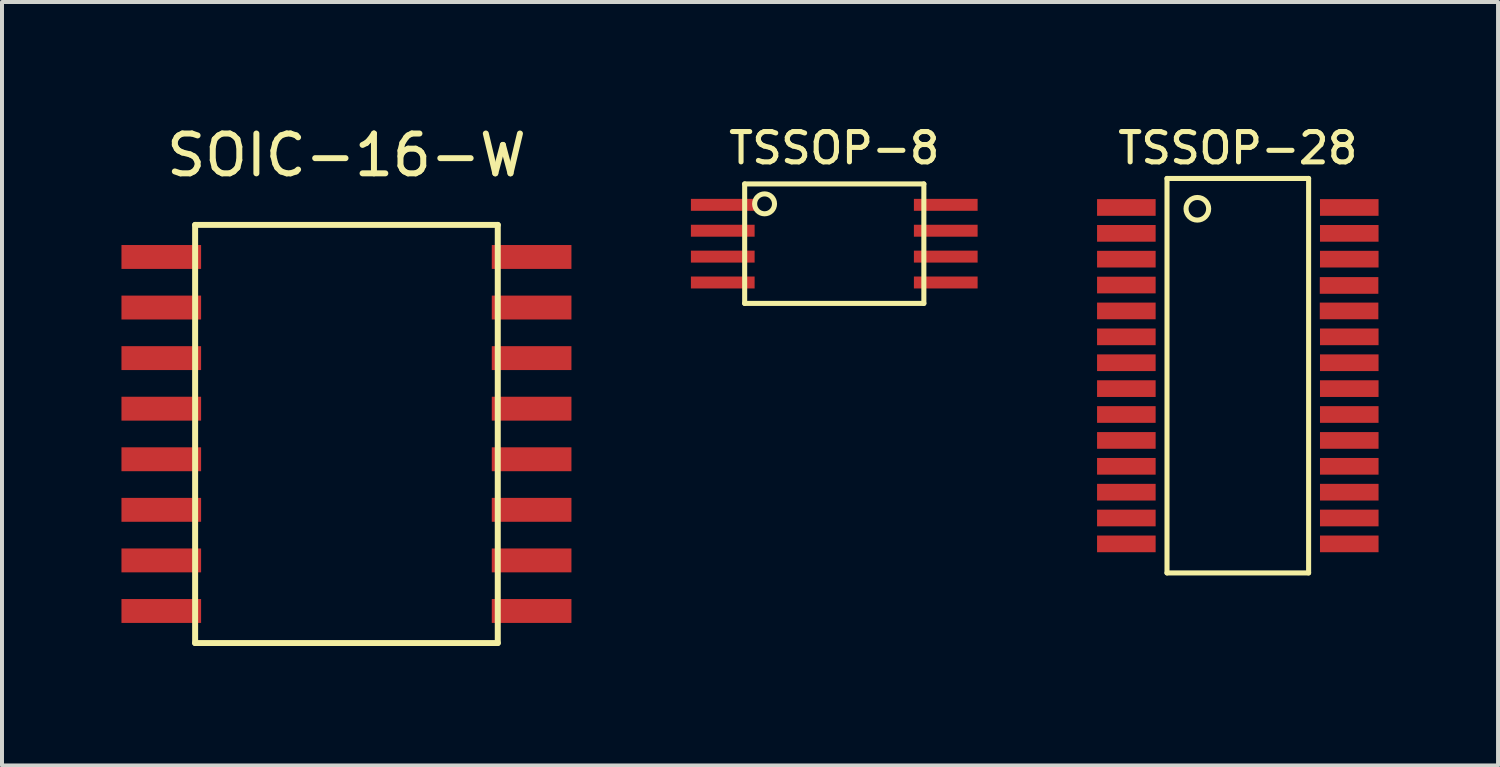
<source format=kicad_pcb>
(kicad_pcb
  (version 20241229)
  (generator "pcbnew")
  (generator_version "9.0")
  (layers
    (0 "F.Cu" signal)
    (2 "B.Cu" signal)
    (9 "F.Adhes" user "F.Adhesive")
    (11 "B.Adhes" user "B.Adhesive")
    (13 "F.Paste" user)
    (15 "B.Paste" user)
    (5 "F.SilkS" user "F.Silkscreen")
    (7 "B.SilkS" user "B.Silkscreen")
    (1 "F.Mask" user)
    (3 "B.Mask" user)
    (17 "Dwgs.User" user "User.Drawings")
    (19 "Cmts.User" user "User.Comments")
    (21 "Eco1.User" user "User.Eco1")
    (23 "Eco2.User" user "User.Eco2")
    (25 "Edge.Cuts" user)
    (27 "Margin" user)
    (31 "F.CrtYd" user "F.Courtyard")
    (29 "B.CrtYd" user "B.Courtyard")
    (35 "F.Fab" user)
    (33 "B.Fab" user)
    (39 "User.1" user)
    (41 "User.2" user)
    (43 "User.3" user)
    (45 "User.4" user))
  (footprint "TSSOP-28"
    (layer "F.Cu")
    (at 28.034 6.384)
    (property "Reference" "TSSOP-28" (at 0 -5.715 0) (layer "F.SilkS") (effects (font (size 0.762 0.762) (thickness 0.127))))
    (attr through_hole)
    (fp_line (start -1.778 -4.953) (end -1.778 4.953) (stroke (width 0.127) (type solid)) (layer "F.SilkS"))
    (fp_line (start 1.778 -4.953) (end -1.778 -4.953) (stroke (width 0.127) (type solid)) (layer "F.SilkS"))
    (fp_line (start 1.778 4.953) (end -1.778 4.953) (stroke (width 0.127) (type solid)) (layer "F.SilkS"))
    (fp_line (start 1.778 4.953) (end 1.778 -4.953) (stroke (width 0.127) (type solid)) (layer "F.SilkS"))
    (fp_circle (center -1.016 -4.191) (end -1.27 -4.318) (stroke (width 0.127) (type solid)) (fill no) (layer "F.SilkS"))
    (pad "1" smd rect (at -2.799 -4.224 270) (size 0.419 1.471) (layers "F.Cu" "F.Mask" "F.Paste"))
    (pad "2" smd rect (at -2.799 -3.574 270) (size 0.419 1.471) (layers "F.Cu" "F.Mask" "F.Paste"))
    (pad "3" smd rect (at -2.799 -2.926 270) (size 0.419 1.471) (layers "F.Cu" "F.Mask" "F.Paste"))
    (pad "4" smd rect (at -2.799 -2.276 270) (size 0.419 1.471) (layers "F.Cu" "F.Mask" "F.Paste"))
    (pad "5" smd rect (at -2.799 -1.626 270) (size 0.419 1.471) (layers "F.Cu" "F.Mask" "F.Paste"))
    (pad "6" smd rect (at -2.799 -0.975 270) (size 0.419 1.471) (layers "F.Cu" "F.Mask" "F.Paste"))
    (pad "7" smd rect (at -2.799 -0.325 270) (size 0.419 1.471) (layers "F.Cu" "F.Mask" "F.Paste"))
    (pad "8" smd rect (at -2.799 0.325 270) (size 0.419 1.471) (layers "F.Cu" "F.Mask" "F.Paste"))
    (pad "9" smd rect (at -2.799 0.975 270) (size 0.419 1.471) (layers "F.Cu" "F.Mask" "F.Paste"))
    (pad "10" smd rect (at -2.799 1.626 270) (size 0.419 1.471) (layers "F.Cu" "F.Mask" "F.Paste"))
    (pad "11" smd rect (at -2.799 2.276 270) (size 0.419 1.471) (layers "F.Cu" "F.Mask" "F.Paste"))
    (pad "12" smd rect (at -2.799 2.926 270) (size 0.419 1.471) (layers "F.Cu" "F.Mask" "F.Paste"))
    (pad "13" smd rect (at -2.799 3.574 270) (size 0.419 1.471) (layers "F.Cu" "F.Mask" "F.Paste"))
    (pad "14" smd rect (at -2.799 4.224 270) (size 0.419 1.471) (layers "F.Cu" "F.Mask" "F.Paste"))
    (pad "15" smd rect (at 2.799 4.224 270) (size 0.419 1.471) (layers "F.Cu" "F.Mask" "F.Paste"))
    (pad "16" smd rect (at 2.799 3.574 270) (size 0.419 1.471) (layers "F.Cu" "F.Mask" "F.Paste"))
    (pad "17" smd rect (at 2.799 2.926 270) (size 0.419 1.471) (layers "F.Cu" "F.Mask" "F.Paste"))
    (pad "18" smd rect (at 2.799 2.276 270) (size 0.419 1.471) (layers "F.Cu" "F.Mask" "F.Paste"))
    (pad "19" smd rect (at 2.799 1.626 270) (size 0.419 1.471) (layers "F.Cu" "F.Mask" "F.Paste"))
    (pad "20" smd rect (at 2.799 0.975 270) (size 0.419 1.471) (layers "F.Cu" "F.Mask" "F.Paste"))
    (pad "21" smd rect (at 2.799 0.325 270) (size 0.419 1.471) (layers "F.Cu" "F.Mask" "F.Paste"))
    (pad "22" smd rect (at 2.799 -0.325 270) (size 0.419 1.471) (layers "F.Cu" "F.Mask" "F.Paste"))
    (pad "23" smd rect (at 2.799 -0.975 270) (size 0.419 1.471) (layers "F.Cu" "F.Mask" "F.Paste"))
    (pad "24" smd rect (at 2.794 -1.626 270) (size 0.419 1.471) (layers "F.Cu" "F.Mask" "F.Paste"))
    (pad "25" smd rect (at 2.794 -2.266 270) (size 0.419 1.471) (layers "F.Cu" "F.Mask" "F.Paste"))
    (pad "26" smd rect (at 2.799 -2.926 270) (size 0.419 1.471) (layers "F.Cu" "F.Mask" "F.Paste"))
    (pad "27" smd rect (at 2.799 -3.574 270) (size 0.419 1.471) (layers "F.Cu" "F.Mask" "F.Paste"))
    (pad "28" smd rect (at 2.799 -4.224 270) (size 0.419 1.471) (layers "F.Cu" "F.Mask" "F.Paste")))
  (footprint "SOIC-16-W"
    (layer "F.Cu")
    (at 5.65 7.848)
    (property "Reference" "SOIC-16-W" (at 0 -7 0) (layer "F.SilkS") (effects (font (size 1 1) (thickness 0.15))))
    (attr through_hole)
    (fp_line (start -3.8 -5.25) (end 3.8 -5.25) (stroke (width 0.15) (type solid)) (layer "F.SilkS"))
    (fp_line (start -3.8 5.25) (end -3.8 -5.25) (stroke (width 0.15) (type solid)) (layer "F.SilkS"))
    (fp_line (start 3.8 -5.25) (end 3.8 5.25) (stroke (width 0.15) (type solid)) (layer "F.SilkS"))
    (fp_line (start 3.8 5.25) (end -3.8 5.25) (stroke (width 0.15) (type solid)) (layer "F.SilkS"))
    (pad "1" smd rect (at -4.65 -4.445) (size 2 0.6) (layers "F.Cu" "F.Mask" "F.Paste"))
    (pad "2" smd rect (at -4.65 -3.175) (size 2 0.6) (layers "F.Cu" "F.Mask" "F.Paste"))
    (pad "3" smd rect (at -4.65 -1.905) (size 2 0.6) (layers "F.Cu" "F.Mask" "F.Paste"))
    (pad "4" smd rect (at -4.65 -0.635) (size 2 0.6) (layers "F.Cu" "F.Mask" "F.Paste"))
    (pad "5" smd rect (at -4.65 0.635) (size 2 0.6) (layers "F.Cu" "F.Mask" "F.Paste"))
    (pad "6" smd rect (at -4.65 1.905) (size 2 0.6) (layers "F.Cu" "F.Mask" "F.Paste"))
    (pad "7" smd rect (at -4.65 3.175) (size 2 0.6) (layers "F.Cu" "F.Mask" "F.Paste"))
    (pad "8" smd rect (at -4.65 4.445) (size 2 0.6) (layers "F.Cu" "F.Mask" "F.Paste"))
    (pad "9" smd rect (at 4.65 4.445) (size 2 0.6) (layers "F.Cu" "F.Mask" "F.Paste"))
    (pad "10" smd rect (at 4.65 3.175) (size 2 0.6) (layers "F.Cu" "F.Mask" "F.Paste"))
    (pad "11" smd rect (at 4.65 1.905) (size 2 0.6) (layers "F.Cu" "F.Mask" "F.Paste"))
    (pad "12" smd rect (at 4.65 0.635) (size 2 0.6) (layers "F.Cu" "F.Mask" "F.Paste"))
    (pad "13" smd rect (at 4.65 -0.635) (size 2 0.6) (layers "F.Cu" "F.Mask" "F.Paste"))
    (pad "14" smd rect (at 4.65 -1.905) (size 2 0.6) (layers "F.Cu" "F.Mask" "F.Paste"))
    (pad "15" smd rect (at 4.65 -3.175) (size 2 0.6) (layers "F.Cu" "F.Mask" "F.Paste"))
    (pad "16" smd rect (at 4.65 -4.445) (size 2 0.6) (layers "F.Cu" "F.Mask" "F.Paste")))
  (footprint "TSSOP-8"
    (layer "F.Cu")
    (at 17.9 3.069)
    (property "Reference" "TSSOP-8" (at 0 -2.4 0) (layer "F.SilkS") (effects (font (size 0.762 0.762) (thickness 0.127))))
    (attr through_hole)
    (fp_line (start -2.25 -1.5) (end -2.25 1.5) (stroke (width 0.127) (type solid)) (layer "F.SilkS"))
    (fp_line (start 2.25 -1.5) (end -2.25 -1.5) (stroke (width 0.127) (type solid)) (layer "F.SilkS"))
    (fp_line (start 2.25 1.5) (end -2.25 1.5) (stroke (width 0.127) (type solid)) (layer "F.SilkS"))
    (fp_line (start 2.25 1.5) (end 2.25 -1.5) (stroke (width 0.127) (type solid)) (layer "F.SilkS"))
    (fp_circle (center -1.75 -1) (end -1.75 -0.75) (stroke (width 0.127) (type solid)) (fill no) (layer "F.SilkS"))
    (pad "1" smd rect (at -2.8 -0.975 270) (size 0.3 1.6) (layers "F.Cu" "F.Mask" "F.Paste"))
    (pad "2" smd rect (at -2.8 -0.325 270) (size 0.3 1.6) (layers "F.Cu" "F.Mask" "F.Paste"))
    (pad "3" smd rect (at -2.8 0.325 270) (size 0.3 1.6) (layers "F.Cu" "F.Mask" "F.Paste"))
    (pad "4" smd rect (at -2.8 0.975 270) (size 0.3 1.6) (layers "F.Cu" "F.Mask" "F.Paste"))
    (pad "5" smd rect (at 2.8 0.975 270) (size 0.3 1.6) (layers "F.Cu" "F.Mask" "F.Paste"))
    (pad "6" smd rect (at 2.8 0.325 270) (size 0.3 1.6) (layers "F.Cu" "F.Mask" "F.Paste"))
    (pad "7" smd rect (at 2.8 -0.325 270) (size 0.3 1.6) (layers "F.Cu" "F.Mask" "F.Paste"))
    (pad "8" smd rect (at 2.8 -0.975 270) (size 0.3 1.6) (layers "F.Cu" "F.Mask" "F.Paste")))
  (gr_rect
    (start -3 -3)
    (end 34.569 16.173)
    (stroke (width 0.1) (type default))
    (fill no)
    (layer "Edge.Cuts")))
</source>
